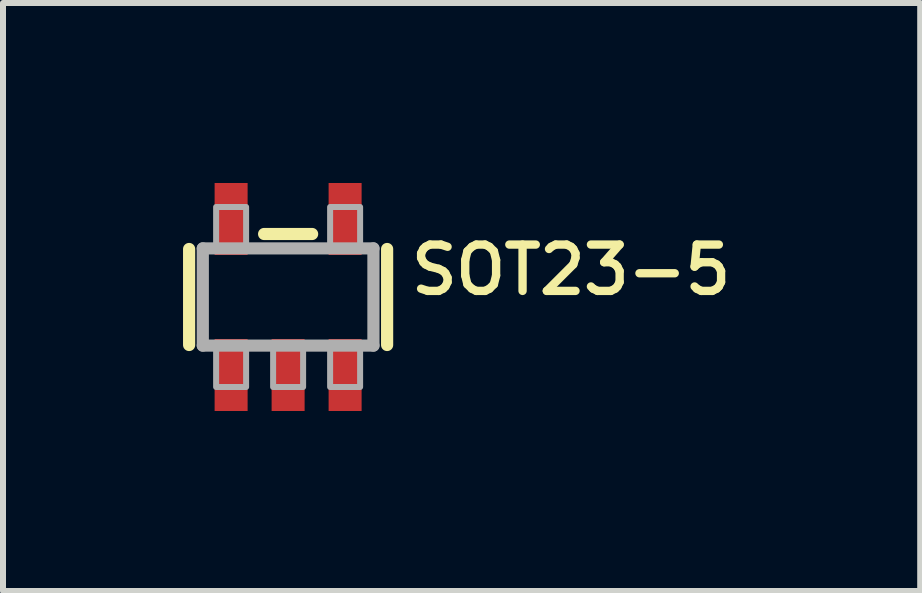
<source format=kicad_pcb>
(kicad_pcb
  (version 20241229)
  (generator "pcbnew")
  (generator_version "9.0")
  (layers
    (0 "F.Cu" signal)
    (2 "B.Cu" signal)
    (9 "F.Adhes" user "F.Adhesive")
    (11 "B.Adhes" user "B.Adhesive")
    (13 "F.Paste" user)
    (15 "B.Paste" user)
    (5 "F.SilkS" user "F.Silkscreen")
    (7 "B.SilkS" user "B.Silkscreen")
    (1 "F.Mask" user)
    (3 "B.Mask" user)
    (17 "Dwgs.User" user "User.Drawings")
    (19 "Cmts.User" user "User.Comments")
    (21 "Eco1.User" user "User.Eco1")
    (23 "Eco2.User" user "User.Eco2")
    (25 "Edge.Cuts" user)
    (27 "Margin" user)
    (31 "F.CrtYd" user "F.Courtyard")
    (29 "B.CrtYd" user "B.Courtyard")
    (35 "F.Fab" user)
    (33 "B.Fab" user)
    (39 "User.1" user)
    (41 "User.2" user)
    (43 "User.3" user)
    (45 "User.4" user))
  (footprint "SOT23-5"
    (layer "F.Cu")
    (at 1.752 1.9)
    (property "Reference" "SOT23-5" (at 1.978 0 180) (layer "F.SilkS") (effects (font (size 0.772 0.772) (thickness 0.139)) (justify left bottom)))
    (attr through_hole)
    (fp_line (start -1.65 -0.8) (end -1.65 0.8) (stroke (width 0.203) (type solid)) (layer "F.SilkS"))
    (fp_line (start -0.4 -1.05) (end 0.4 -1.05) (stroke (width 0.203) (type solid)) (layer "F.SilkS"))
    (fp_line (start 1.65 -0.8) (end 1.65 0.8) (stroke (width 0.203) (type solid)) (layer "F.SilkS"))
    (fp_line (start -1.422 -0.81) (end 1.422 -0.81) (stroke (width 0.203) (type solid)) (layer "F.Fab"))
    (fp_line (start -1.422 0.81) (end -1.422 -0.81) (stroke (width 0.203) (type solid)) (layer "F.Fab"))
    (fp_line (start 1.422 -0.81) (end 1.422 0.81) (stroke (width 0.203) (type solid)) (layer "F.Fab"))
    (fp_line (start 1.422 0.81) (end -1.422 0.81) (stroke (width 0.203) (type solid)) (layer "F.Fab"))
    (fp_poly (pts (xy -1.2 -0.85) (xy -0.7 -0.85) (xy -0.7 -1.5) (xy -1.2 -1.5)) (stroke (width 0.1) (type solid)) (fill no) (layer "F.Fab"))
    (fp_poly (pts (xy -1.2 1.5) (xy -0.7 1.5) (xy -0.7 0.85) (xy -1.2 0.85)) (stroke (width 0.1) (type solid)) (fill no) (layer "F.Fab"))
    (fp_poly (pts (xy -0.25 1.5) (xy 0.25 1.5) (xy 0.25 0.85) (xy -0.25 0.85)) (stroke (width 0.1) (type solid)) (fill no) (layer "F.Fab"))
    (fp_poly (pts (xy 0.7 -0.85) (xy 1.2 -0.85) (xy 1.2 -1.5) (xy 0.7 -1.5)) (stroke (width 0.1) (type solid)) (fill no) (layer "F.Fab"))
    (fp_poly (pts (xy 0.7 1.5) (xy 1.2 1.5) (xy 1.2 0.85) (xy 0.7 0.85)) (stroke (width 0.1) (type solid)) (fill no) (layer "F.Fab"))
    (pad "1" smd rect (at -0.95 1.3) (size 0.55 1.2) (layers "F.Cu" "F.Mask" "F.Paste"))
    (pad "2" smd rect (at 0 1.3) (size 0.55 1.2) (layers "F.Cu" "F.Mask" "F.Paste"))
    (pad "3" smd rect (at 0.95 1.3) (size 0.55 1.2) (layers "F.Cu" "F.Mask" "F.Paste"))
    (pad "4" smd rect (at 0.95 -1.3) (size 0.55 1.2) (layers "F.Cu" "F.Mask" "F.Paste"))
    (pad "5" smd rect (at -0.95 -1.3) (size 0.55 1.2) (layers "F.Cu" "F.Mask" "F.Paste")))
  (gr_rect
    (start -3 -3)
    (end 12.287 6.8)
    (stroke (width 0.1) (type default))
    (fill no)
    (layer "Edge.Cuts")))
</source>
